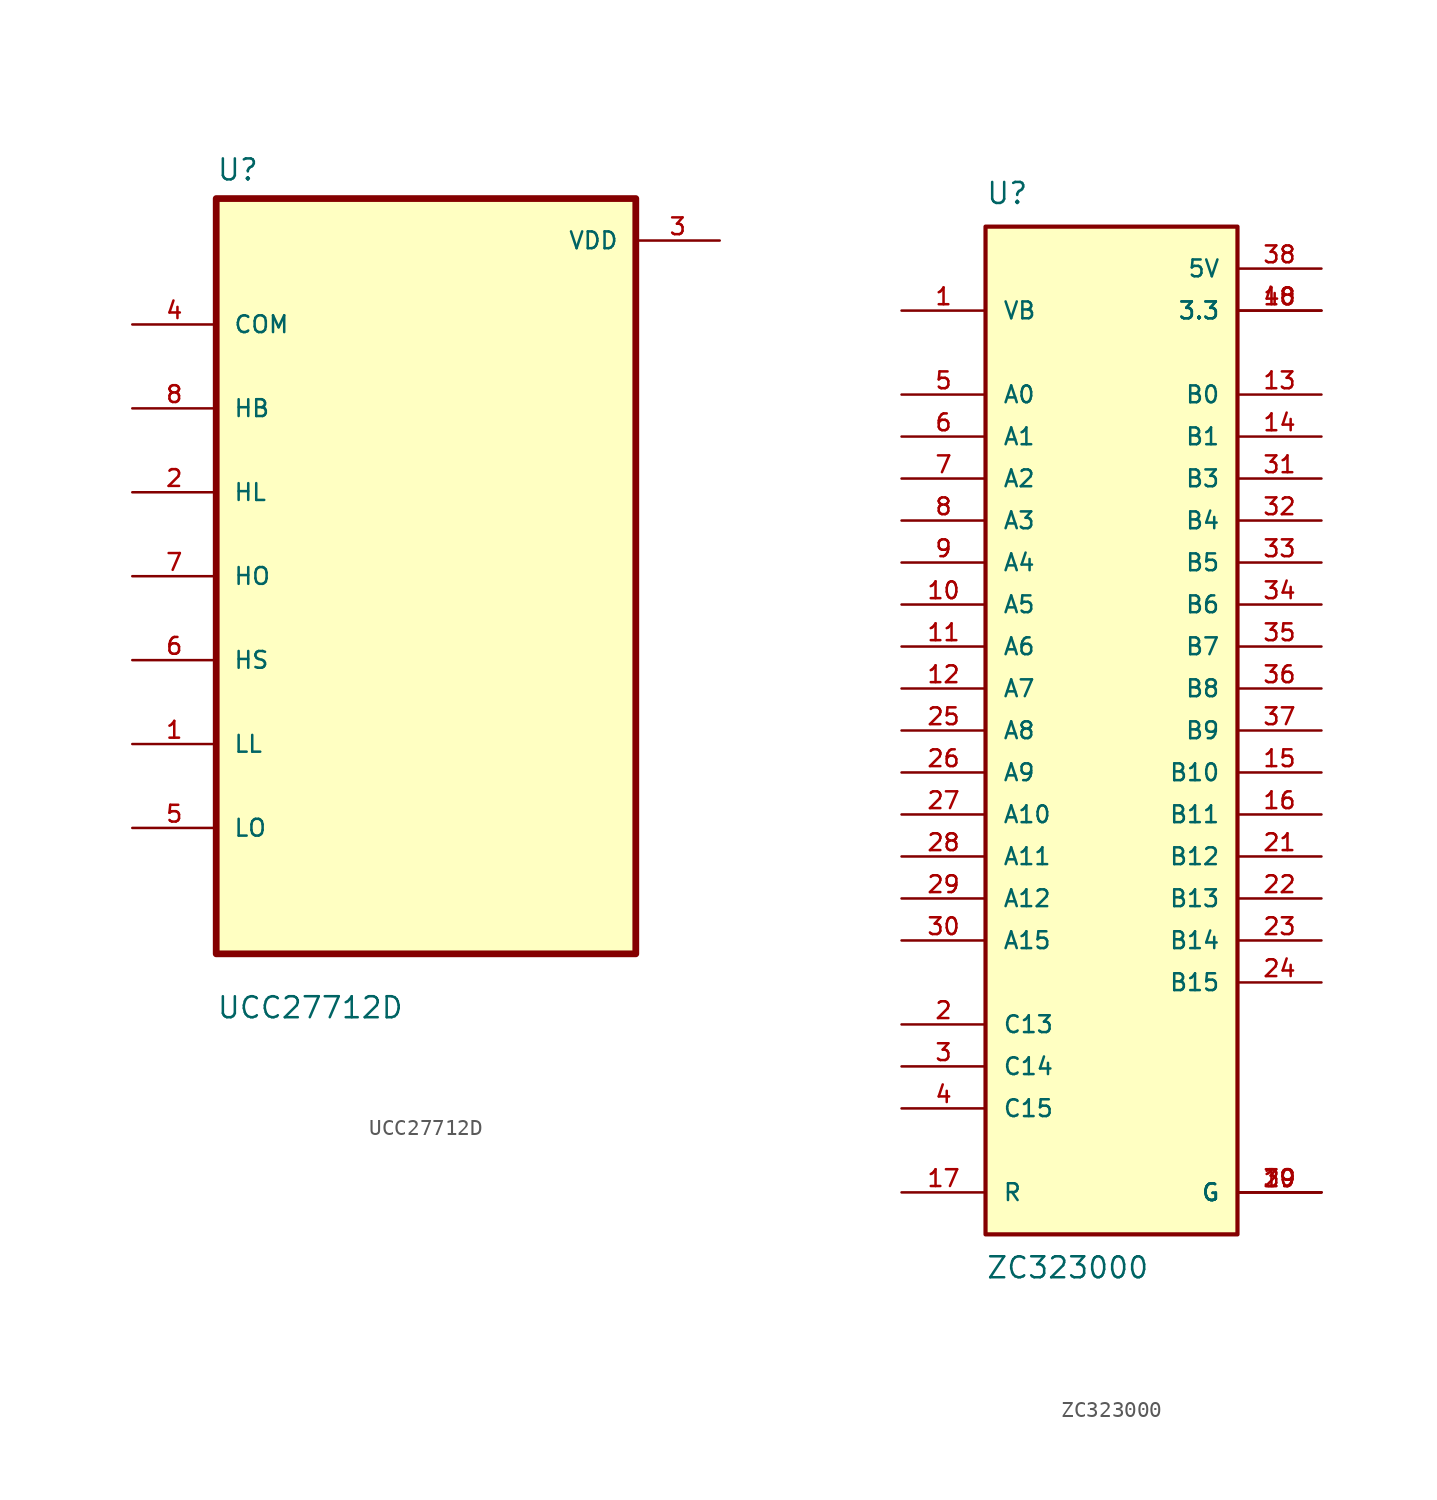
<source format=kicad_sym>
(kicad_symbol_lib
  (version 20211014)
  (generator kicad_symbol_editor)
  (symbol "UCC27712D"
    (pin_names
      (offset 1.016))
    (property "Reference" "U"
      (at -12.7 23.86 0.0)
      (effects (font (size 1.27 1.27)) (justify bottom left)))
    (property "Value" "UCC27712D"
      (at -12.7 -26.86 0.0)
      (effects (font (size 1.27 1.27)) (justify bottom left)))
    (symbol "UCC27712D_0_0"
      (rectangle (start -12.7 -22.86) (end 12.7 22.86) (stroke (width 0.41)) (fill (type background)))
      (pin bidirectional line (at -17.78 15.24 0) (length 5.08) (name "COM" (effects (font (size 1.016 1.016)))) (number "4" (effects (font (size 1.016 1.016)))))
      (pin bidirectional line (at -17.78 10.16 0) (length 5.08) (name "HB" (effects (font (size 1.016 1.016)))) (number "8" (effects (font (size 1.016 1.016)))))
      (pin bidirectional line (at -17.78 5.08 0) (length 5.08) (name "HL" (effects (font (size 1.016 1.016)))) (number "2" (effects (font (size 1.016 1.016)))))
      (pin bidirectional line (at -17.78 3.55271e-15 0) (length 5.08) (name "HO" (effects (font (size 1.016 1.016)))) (number "7" (effects (font (size 1.016 1.016)))))
      (pin bidirectional line (at -17.78 -5.08 0) (length 5.08) (name "HS" (effects (font (size 1.016 1.016)))) (number "6" (effects (font (size 1.016 1.016)))))
      (pin bidirectional line (at -17.78 -10.16 0) (length 5.08) (name "LL" (effects (font (size 1.016 1.016)))) (number "1" (effects (font (size 1.016 1.016)))))
      (pin bidirectional line (at -17.78 -15.24 0) (length 5.08) (name "LO" (effects (font (size 1.016 1.016)))) (number "5" (effects (font (size 1.016 1.016)))))
      (pin power_in line (at 17.78 20.32 180.0) (length 5.08) (name "VDD" (effects (font (size 1.016 1.016)))) (number "3" (effects (font (size 1.016 1.016)))))))
  (symbol "ZC323000"
    (pin_names
      (offset 1.016))
    (property "Reference" "U"
      (at -7.62 31.75 0)
      (effects (font (size 1.27 1.27)) (justify bottom left)))
    (property "Value" "ZC323000"
      (at -7.62 -31.75 0)
      (effects (font (size 1.27 1.27)) (justify top left)))
    (symbol "ZC323000_0_0"
      (rectangle (start -7.62 -30.48) (end 7.62 30.48) (stroke (width 0.254)) (fill (type background)))
      (pin bidirectional line (at -12.7 25.4 0) (length 5.08) (name "VB" (effects (font (size 1.016 1.016)))) (number "1" (effects (font (size 1.016 1.016)))))
      (pin bidirectional line (at -12.7 -17.78 0) (length 5.08) (name "C13" (effects (font (size 1.016 1.016)))) (number "2" (effects (font (size 1.016 1.016)))))
      (pin bidirectional line (at -12.7 -20.32 0) (length 5.08) (name "C14" (effects (font (size 1.016 1.016)))) (number "3" (effects (font (size 1.016 1.016)))))
      (pin bidirectional line (at -12.7 -22.86 0) (length 5.08) (name "C15" (effects (font (size 1.016 1.016)))) (number "4" (effects (font (size 1.016 1.016)))))
      (pin bidirectional line (at -12.7 20.32 0) (length 5.08) (name "A0" (effects (font (size 1.016 1.016)))) (number "5" (effects (font (size 1.016 1.016)))))
      (pin bidirectional line (at -12.7 17.78 0) (length 5.08) (name "A1" (effects (font (size 1.016 1.016)))) (number "6" (effects (font (size 1.016 1.016)))))
      (pin bidirectional line (at -12.7 15.24 0) (length 5.08) (name "A2" (effects (font (size 1.016 1.016)))) (number "7" (effects (font (size 1.016 1.016)))))
      (pin bidirectional line (at -12.7 12.7 0) (length 5.08) (name "A3" (effects (font (size 1.016 1.016)))) (number "8" (effects (font (size 1.016 1.016)))))
      (pin bidirectional line (at -12.7 10.16 0) (length 5.08) (name "A4" (effects (font (size 1.016 1.016)))) (number "9" (effects (font (size 1.016 1.016)))))
      (pin bidirectional line (at -12.7 7.62 0) (length 5.08) (name "A5" (effects (font (size 1.016 1.016)))) (number "10" (effects (font (size 1.016 1.016)))))
      (pin bidirectional line (at -12.7 5.08 0) (length 5.08) (name "A6" (effects (font (size 1.016 1.016)))) (number "11" (effects (font (size 1.016 1.016)))))
      (pin bidirectional line (at -12.7 2.54 0) (length 5.08) (name "A7" (effects (font (size 1.016 1.016)))) (number "12" (effects (font (size 1.016 1.016)))))
      (pin bidirectional line (at 12.7 20.32 180.0) (length 5.08) (name "B0" (effects (font (size 1.016 1.016)))) (number "13" (effects (font (size 1.016 1.016)))))
      (pin bidirectional line (at 12.7 17.78 180.0) (length 5.08) (name "B1" (effects (font (size 1.016 1.016)))) (number "14" (effects (font (size 1.016 1.016)))))
      (pin bidirectional line (at 12.7 -2.54 180.0) (length 5.08) (name "B10" (effects (font (size 1.016 1.016)))) (number "15" (effects (font (size 1.016 1.016)))))
      (pin bidirectional line (at 12.7 -5.08 180.0) (length 5.08) (name "B11" (effects (font (size 1.016 1.016)))) (number "16" (effects (font (size 1.016 1.016)))))
      (pin bidirectional line (at -12.7 -27.94 0) (length 5.08) (name "R" (effects (font (size 1.016 1.016)))) (number "17" (effects (font (size 1.016 1.016)))))
      (pin power_in line (at 12.7 25.4 180.0) (length 5.08) (name "3.3" (effects (font (size 1.016 1.016)))) (number "18" (effects (font (size 1.016 1.016)))))
      (pin power_in line (at 12.7 25.4 180.0) (length 5.08) (name "3.3" (effects (font (size 1.016 1.016)))) (number "40" (effects (font (size 1.016 1.016)))))
      (pin power_in line (at 12.7 -27.94 180.0) (length 5.08) (name "G" (effects (font (size 1.016 1.016)))) (number "19" (effects (font (size 1.016 1.016)))))
      (pin power_in line (at 12.7 -27.94 180.0) (length 5.08) (name "G" (effects (font (size 1.016 1.016)))) (number "20" (effects (font (size 1.016 1.016)))))
      (pin power_in line (at 12.7 -27.94 180.0) (length 5.08) (name "G" (effects (font (size 1.016 1.016)))) (number "39" (effects (font (size 1.016 1.016)))))
      (pin power_in line (at 12.7 27.94 180.0) (length 5.08) (name "5V" (effects (font (size 1.016 1.016)))) (number "38" (effects (font (size 1.016 1.016)))))
      (pin bidirectional line (at 12.7 15.24 180.0) (length 5.08) (name "B3" (effects (font (size 1.016 1.016)))) (number "31" (effects (font (size 1.016 1.016)))))
      (pin bidirectional line (at 12.7 12.7 180.0) (length 5.08) (name "B4" (effects (font (size 1.016 1.016)))) (number "32" (effects (font (size 1.016 1.016)))))
      (pin bidirectional line (at 12.7 10.16 180.0) (length 5.08) (name "B5" (effects (font (size 1.016 1.016)))) (number "33" (effects (font (size 1.016 1.016)))))
      (pin bidirectional line (at 12.7 7.62 180.0) (length 5.08) (name "B6" (effects (font (size 1.016 1.016)))) (number "34" (effects (font (size 1.016 1.016)))))
      (pin bidirectional line (at 12.7 5.08 180.0) (length 5.08) (name "B7" (effects (font (size 1.016 1.016)))) (number "35" (effects (font (size 1.016 1.016)))))
      (pin bidirectional line (at 12.7 2.54 180.0) (length 5.08) (name "B8" (effects (font (size 1.016 1.016)))) (number "36" (effects (font (size 1.016 1.016)))))
      (pin bidirectional line (at 12.7 0.0 180.0) (length 5.08) (name "B9" (effects (font (size 1.016 1.016)))) (number "37" (effects (font (size 1.016 1.016)))))
      (pin bidirectional line (at 12.7 -7.62 180.0) (length 5.08) (name "B12" (effects (font (size 1.016 1.016)))) (number "21" (effects (font (size 1.016 1.016)))))
      (pin bidirectional line (at 12.7 -10.16 180.0) (length 5.08) (name "B13" (effects (font (size 1.016 1.016)))) (number "22" (effects (font (size 1.016 1.016)))))
      (pin bidirectional line (at 12.7 -12.7 180.0) (length 5.08) (name "B14" (effects (font (size 1.016 1.016)))) (number "23" (effects (font (size 1.016 1.016)))))
      (pin bidirectional line (at 12.7 -15.24 180.0) (length 5.08) (name "B15" (effects (font (size 1.016 1.016)))) (number "24" (effects (font (size 1.016 1.016)))))
      (pin bidirectional line (at -12.7 0.0 0) (length 5.08) (name "A8" (effects (font (size 1.016 1.016)))) (number "25" (effects (font (size 1.016 1.016)))))
      (pin bidirectional line (at -12.7 -2.54 0) (length 5.08) (name "A9" (effects (font (size 1.016 1.016)))) (number "26" (effects (font (size 1.016 1.016)))))
      (pin bidirectional line (at -12.7 -5.08 0) (length 5.08) (name "A10" (effects (font (size 1.016 1.016)))) (number "27" (effects (font (size 1.016 1.016)))))
      (pin bidirectional line (at -12.7 -7.62 0) (length 5.08) (name "A11" (effects (font (size 1.016 1.016)))) (number "28" (effects (font (size 1.016 1.016)))))
      (pin bidirectional line (at -12.7 -10.16 0) (length 5.08) (name "A12" (effects (font (size 1.016 1.016)))) (number "29" (effects (font (size 1.016 1.016)))))
      (pin bidirectional line (at -12.7 -12.7 0) (length 5.08) (name "A15" (effects (font (size 1.016 1.016)))) (number "30" (effects (font (size 1.016 1.016))))))))
</source>
